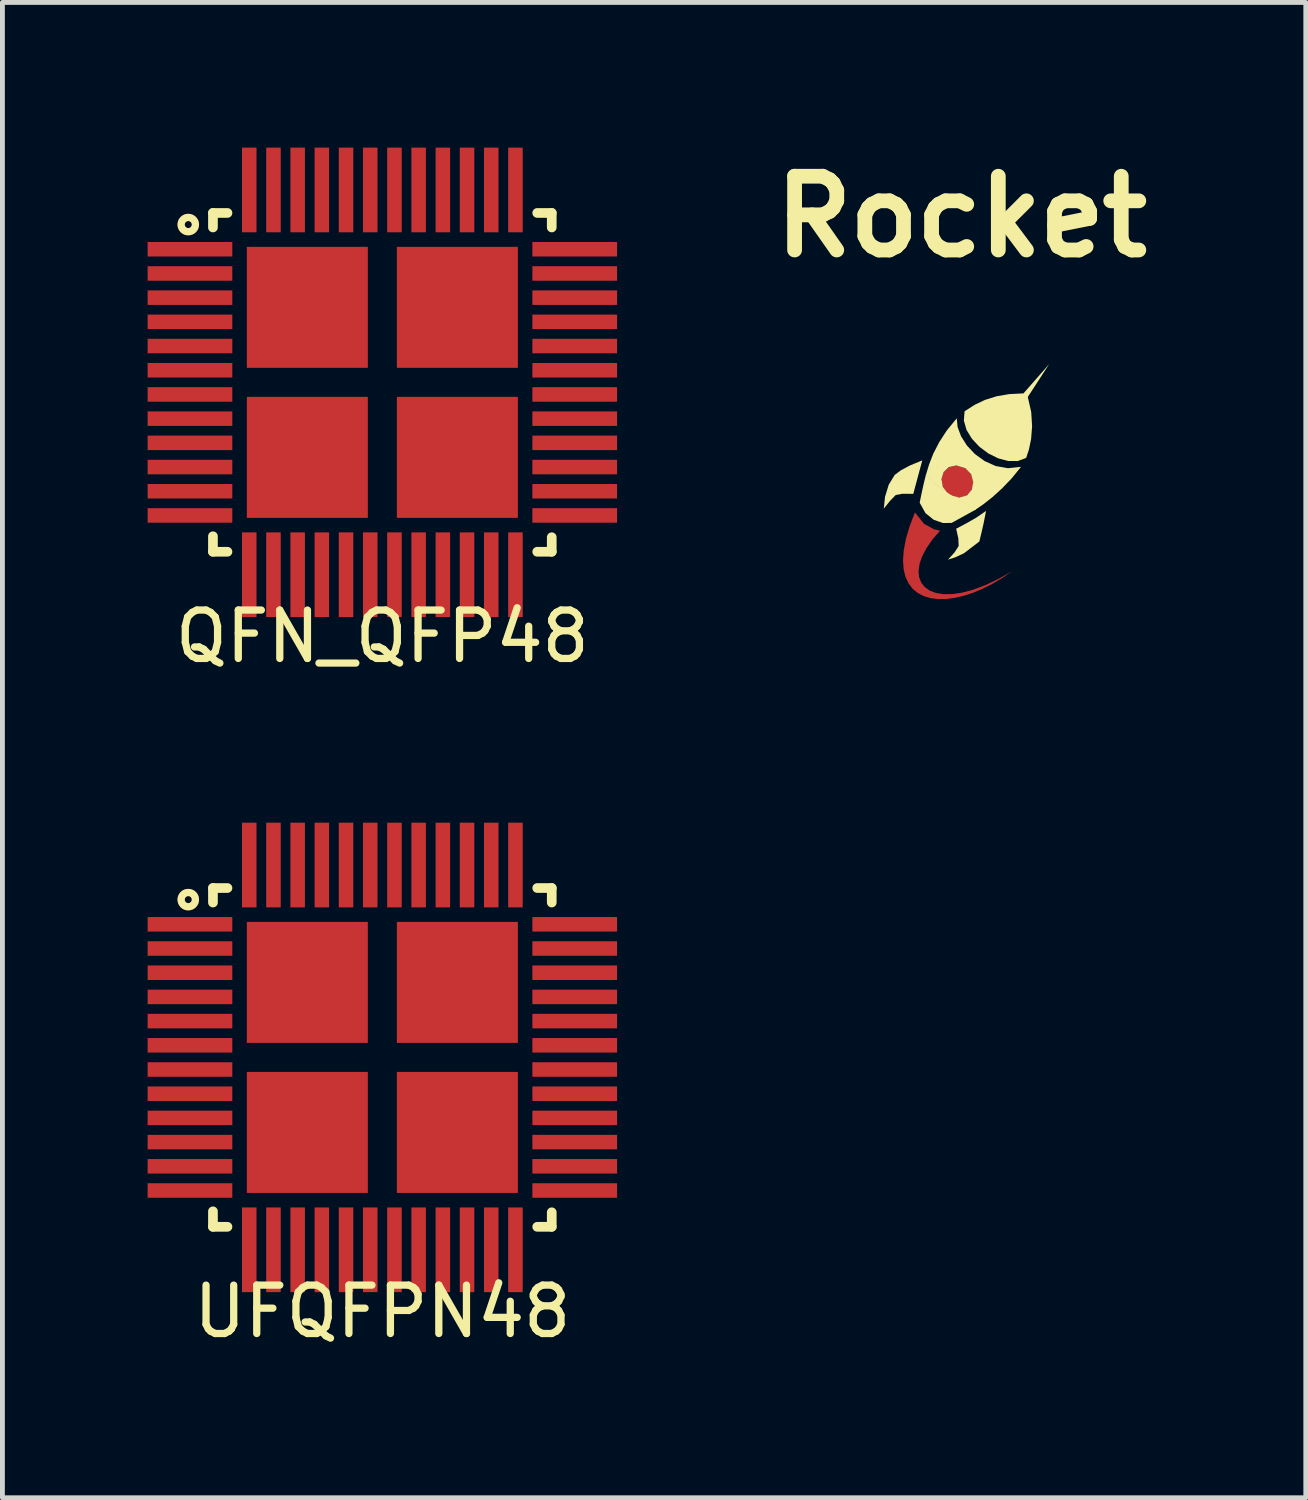
<source format=kicad_pcb>
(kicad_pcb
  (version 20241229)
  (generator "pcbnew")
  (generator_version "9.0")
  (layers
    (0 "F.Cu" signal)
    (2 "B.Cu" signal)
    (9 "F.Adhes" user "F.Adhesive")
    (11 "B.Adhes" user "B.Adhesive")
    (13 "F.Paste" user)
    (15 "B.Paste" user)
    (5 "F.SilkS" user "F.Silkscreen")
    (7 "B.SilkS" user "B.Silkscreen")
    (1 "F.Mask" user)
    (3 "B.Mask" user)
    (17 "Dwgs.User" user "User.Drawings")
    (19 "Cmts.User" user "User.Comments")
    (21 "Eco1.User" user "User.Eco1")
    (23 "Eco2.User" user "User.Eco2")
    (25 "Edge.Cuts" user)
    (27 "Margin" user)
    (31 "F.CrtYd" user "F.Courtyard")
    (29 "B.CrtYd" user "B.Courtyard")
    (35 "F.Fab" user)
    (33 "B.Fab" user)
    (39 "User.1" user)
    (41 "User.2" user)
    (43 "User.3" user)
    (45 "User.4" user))
  (footprint "UFQFPN48"
    (layer "F.Cu")
    (at 4.85 18.798)
    (property "Reference" "UFQFPN48" (at 0 5.25 0) (layer "F.SilkS") (effects (font (size 1 1) (thickness 0.15))))
    (attr through_hole)
    (fp_circle (center -4.01 -3.26) (end -3.94 -3.28) (stroke (width 0.15) (type solid)) (fill no) (layer "F.Cu"))
    (fp_line (start -3.5 -3.5) (end -3.5 -3.2) (stroke (width 0.2) (type solid)) (layer "F.SilkS"))
    (fp_line (start -3.5 -3.5) (end -3.2 -3.5) (stroke (width 0.2) (type solid)) (layer "F.SilkS"))
    (fp_line (start -3.5 3.5) (end -3.5 3.18) (stroke (width 0.2) (type solid)) (layer "F.SilkS"))
    (fp_line (start -3.5 3.5) (end -3.2 3.5) (stroke (width 0.2) (type solid)) (layer "F.SilkS"))
    (fp_line (start 3.5 -3.5) (end 3.2 -3.5) (stroke (width 0.2) (type solid)) (layer "F.SilkS"))
    (fp_line (start 3.5 -3.5) (end 3.5 -3.2) (stroke (width 0.2) (type solid)) (layer "F.SilkS"))
    (fp_line (start 3.5 3.5) (end 3.2 3.5) (stroke (width 0.2) (type solid)) (layer "F.SilkS"))
    (fp_line (start 3.5 3.5) (end 3.5 3.2) (stroke (width 0.2) (type solid)) (layer "F.SilkS"))
    (fp_circle (center -4.01 -3.26) (end -3.94 -3.28) (stroke (width 0.15) (type solid)) (fill no) (layer "F.SilkS"))
    (pad "0" smd rect (at -1.55 -1.55) (size 2.5 2.5) (layers "F.Cu" "F.Mask" "F.Paste"))
    (pad "0" smd rect (at -1.55 1.55) (size 2.5 2.5) (layers "F.Cu" "F.Mask" "F.Paste"))
    (pad "0" smd rect (at 1.55 -1.55) (size 2.5 2.5) (layers "F.Cu" "F.Mask" "F.Paste"))
    (pad "0" smd rect (at 1.55 1.55) (size 2.5 2.5) (layers "F.Cu" "F.Mask" "F.Paste"))
    (pad "1" smd trapezoid (at -3.975 -2.75 90) (size 0.3 1.75) (layers "F.Cu" "F.Mask" "F.Paste"))
    (pad "2" smd trapezoid (at -3.975 -2.25 90) (size 0.3 1.75) (layers "F.Cu" "F.Mask" "F.Paste"))
    (pad "3" smd trapezoid (at -3.975 -1.75 90) (size 0.3 1.75) (layers "F.Cu" "F.Mask" "F.Paste"))
    (pad "4" smd trapezoid (at -3.975 -1.25 90) (size 0.3 1.75) (layers "F.Cu" "F.Mask" "F.Paste"))
    (pad "5" smd trapezoid (at -3.975 -0.75 90) (size 0.3 1.75) (layers "F.Cu" "F.Mask" "F.Paste"))
    (pad "6" smd trapezoid (at -3.975 -0.25 90) (size 0.3 1.75) (layers "F.Cu" "F.Mask" "F.Paste"))
    (pad "7" smd trapezoid (at -3.975 0.25 90) (size 0.3 1.75) (layers "F.Cu" "F.Mask" "F.Paste"))
    (pad "8" smd trapezoid (at -3.975 0.75 90) (size 0.3 1.75) (layers "F.Cu" "F.Mask" "F.Paste"))
    (pad "9" smd trapezoid (at -3.975 1.25 90) (size 0.3 1.75) (layers "F.Cu" "F.Mask" "F.Paste"))
    (pad "10" smd trapezoid (at -3.975 1.75 90) (size 0.3 1.75) (layers "F.Cu" "F.Mask" "F.Paste"))
    (pad "11" smd trapezoid (at -3.975 2.25 90) (size 0.3 1.75) (layers "F.Cu" "F.Mask" "F.Paste"))
    (pad "12" smd trapezoid (at -3.975 2.75 90) (size 0.3 1.75) (layers "F.Cu" "F.Mask" "F.Paste"))
    (pad "13" smd trapezoid (at -2.75 3.975) (size 0.3 1.75) (layers "F.Cu" "F.Mask" "F.Paste"))
    (pad "14" smd trapezoid (at -2.25 3.975) (size 0.3 1.75) (layers "F.Cu" "F.Mask" "F.Paste"))
    (pad "15" smd trapezoid (at -1.75 3.975) (size 0.3 1.75) (layers "F.Cu" "F.Mask" "F.Paste"))
    (pad "16" smd trapezoid (at -1.25 3.975) (size 0.3 1.75) (layers "F.Cu" "F.Mask" "F.Paste"))
    (pad "17" smd trapezoid (at -0.75 3.975) (size 0.3 1.75) (layers "F.Cu" "F.Mask" "F.Paste"))
    (pad "18" smd trapezoid (at -0.25 3.975) (size 0.3 1.75) (layers "F.Cu" "F.Mask" "F.Paste"))
    (pad "19" smd trapezoid (at 0.25 3.975) (size 0.3 1.75) (layers "F.Cu" "F.Mask" "F.Paste"))
    (pad "20" smd trapezoid (at 0.75 3.975) (size 0.3 1.75) (layers "F.Cu" "F.Mask" "F.Paste"))
    (pad "21" smd trapezoid (at 1.25 3.975) (size 0.3 1.75) (layers "F.Cu" "F.Mask" "F.Paste"))
    (pad "22" smd trapezoid (at 1.75 3.975) (size 0.3 1.75) (layers "F.Cu" "F.Mask" "F.Paste"))
    (pad "23" smd trapezoid (at 2.25 3.975) (size 0.3 1.75) (layers "F.Cu" "F.Mask" "F.Paste"))
    (pad "24" smd trapezoid (at 2.75 3.975) (size 0.3 1.75) (layers "F.Cu" "F.Mask" "F.Paste"))
    (pad "25" smd trapezoid (at 3.975 2.75 90) (size 0.3 1.75) (layers "F.Cu" "F.Mask" "F.Paste"))
    (pad "26" smd trapezoid (at 3.975 2.25 90) (size 0.3 1.75) (layers "F.Cu" "F.Mask" "F.Paste"))
    (pad "27" smd trapezoid (at 3.975 1.75 90) (size 0.3 1.75) (layers "F.Cu" "F.Mask" "F.Paste"))
    (pad "28" smd trapezoid (at 3.975 1.25 90) (size 0.3 1.75) (layers "F.Cu" "F.Mask" "F.Paste"))
    (pad "29" smd trapezoid (at 3.975 0.75 90) (size 0.3 1.75) (layers "F.Cu" "F.Mask" "F.Paste"))
    (pad "30" smd trapezoid (at 3.975 0.25 90) (size 0.3 1.75) (layers "F.Cu" "F.Mask" "F.Paste"))
    (pad "31" smd trapezoid (at 3.975 -0.25 90) (size 0.3 1.75) (layers "F.Cu" "F.Mask" "F.Paste"))
    (pad "32" smd trapezoid (at 3.975 -0.75 90) (size 0.3 1.75) (layers "F.Cu" "F.Mask" "F.Paste"))
    (pad "33" smd trapezoid (at 3.975 -1.25 90) (size 0.3 1.75) (layers "F.Cu" "F.Mask" "F.Paste"))
    (pad "34" smd trapezoid (at 3.975 -1.75 90) (size 0.3 1.75) (layers "F.Cu" "F.Mask" "F.Paste"))
    (pad "35" smd trapezoid (at 3.975 -2.25 90) (size 0.3 1.75) (layers "F.Cu" "F.Mask" "F.Paste"))
    (pad "36" smd trapezoid (at 3.975 -2.75 90) (size 0.3 1.75) (layers "F.Cu" "F.Mask" "F.Paste"))
    (pad "37" smd trapezoid (at 2.75 -3.975) (size 0.3 1.75) (layers "F.Cu" "F.Mask" "F.Paste"))
    (pad "38" smd trapezoid (at 2.25 -3.975) (size 0.3 1.75) (layers "F.Cu" "F.Mask" "F.Paste"))
    (pad "39" smd trapezoid (at 1.75 -3.975) (size 0.3 1.75) (layers "F.Cu" "F.Mask" "F.Paste"))
    (pad "40" smd trapezoid (at 1.25 -3.975) (size 0.3 1.75) (layers "F.Cu" "F.Mask" "F.Paste"))
    (pad "41" smd trapezoid (at 0.75 -3.975) (size 0.3 1.75) (layers "F.Cu" "F.Mask" "F.Paste"))
    (pad "42" smd trapezoid (at 0.25 -3.975) (size 0.3 1.75) (layers "F.Cu" "F.Mask" "F.Paste"))
    (pad "43" smd trapezoid (at -0.25 -3.975 180) (size 0.3 1.75) (layers "F.Cu" "F.Mask" "F.Paste"))
    (pad "44" smd trapezoid (at -0.75 -3.975) (size 0.3 1.75) (layers "F.Cu" "F.Mask" "F.Paste"))
    (pad "45" smd trapezoid (at -1.25 -3.975) (size 0.3 1.75) (layers "F.Cu" "F.Mask" "F.Paste"))
    (pad "46" smd trapezoid (at -1.75 -3.975) (size 0.3 1.75) (layers "F.Cu" "F.Mask" "F.Paste"))
    (pad "47" smd trapezoid (at -2.25 -3.975) (size 0.3 1.75) (layers "F.Cu" "F.Mask" "F.Paste"))
    (pad "48" smd trapezoid (at -2.75 -3.975) (size 0.3 1.75) (layers "F.Cu" "F.Mask" "F.Paste")))
  (footprint "Rocket"
    (layer "F.Cu")
    (at 16.815 7.126)
    (property "Reference" "Rocket" (at 0 -5.7 0) (layer "F.SilkS") (effects (font (size 1.524 1.524) (thickness 0.305))))
    (attr smd)
    (fp_poly (pts (xy 0.101 -0.494) (xy -0.091 -0.559) (xy -0.251 -0.529) (xy -0.364 -0.43) (xy -0.414 -0.285) (xy -0.387 -0.119) (xy -0.268 0.044) (xy -0.067 0.109) (xy 0.094 0.074) (xy 0.203 -0.033) (xy 0.249 -0.182) (xy 0.219 -0.345) (xy 0.101 -0.494)) (stroke (width 0) (type solid)) (fill yes) (layer "F.Cu"))
    (fp_poly (pts (xy -0.961 0.411) (xy -0.773 0.647) (xy -0.567 0.76) (xy -0.441 0.789) (xy -0.602 0.975) (xy -0.725 1.153) (xy -0.813 1.321) (xy -0.866 1.478) (xy -0.886 1.622) (xy -0.874 1.751) (xy -0.83 1.863) (xy -0.757 1.955) (xy -0.655 2.027) (xy -0.526 2.076) (xy -0.371 2.101) (xy -0.19 2.099) (xy 0.014 2.069) (xy 0.24 2.009) (xy 0.488 1.917) (xy 0.755 1.791) (xy 1.042 1.629) (xy 0.841 1.767) (xy 0.64 1.887) (xy 0.439 1.988) (xy 0.241 2.071) (xy 0.048 2.134) (xy -0.138 2.177) (xy -0.316 2.2) (xy -0.483 2.202) (xy -0.637 2.183) (xy -0.778 2.141) (xy -0.901 2.077) (xy -1.007 1.991) (xy -1.092 1.88) (xy -1.155 1.746) (xy -1.194 1.588) (xy -1.207 1.404) (xy -1.192 1.195) (xy -1.148 0.961) (xy -1.071 0.699) (xy -0.961 0.411)) (stroke (width 0) (type solid)) (fill yes) (layer "F.Cu"))
    (fp_poly (pts (xy 0.101 -0.494) (xy -0.091 -0.559) (xy -0.251 -0.529) (xy -0.364 -0.43) (xy -0.414 -0.285) (xy -0.387 -0.119) (xy -0.268 0.044) (xy -0.067 0.109) (xy 0.094 0.074) (xy 0.203 -0.033) (xy 0.249 -0.182) (xy 0.219 -0.345) (xy 0.101 -0.494)) (stroke (width 0) (type solid)) (fill yes) (layer "F.Mask"))
    (fp_poly (pts (xy -0.809 -0.664) (xy -0.995 0.028) (xy -1.221 0.026) (xy -1.358 0.052) (xy -1.478 0.176) (xy -1.604 0.333) (xy -1.579 0.089) (xy -1.502 -0.162) (xy -1.378 -0.364) (xy -1.252 -0.458) (xy -1.065 -0.558) (xy -0.809 -0.664) (xy -0.809 -0.664)) (stroke (width 0) (type solid)) (fill yes) (layer "F.SilkS"))
    (fp_poly (pts (xy -0.734 -0.366) (xy -0.773 -0.21) (xy -0.818 -0.009) (xy -0.863 0.21) (xy -0.744 0.425) (xy -0.573 0.564) (xy -0.382 0.63) (xy -0.204 0.629) (xy 0.303 0.349) (xy 0.081 0.227) (xy -0.133 0.105) (xy -0.34 -0.027) (xy -0.54 -0.18) (xy -0.734 -0.366)) (stroke (width 0) (type solid)) (fill yes) (layer "F.SilkS"))
    (fp_poly (pts (xy -0.109 0.748) (xy 0.099 0.638) (xy 0.306 0.52) (xy 0.509 0.38) (xy 0.455 0.652) (xy 0.411 0.843) (xy 0.37 1.012) (xy 0.05 1.257) (xy -0.13 1.34) (xy -0.279 1.387) (xy -0.143 1.239) (xy -0.057 1.105) (xy -0.064 0.949) (xy -0.109 0.748) (xy -0.109 0.748)) (stroke (width 0) (type solid)) (fill yes) (layer "F.SilkS"))
    (fp_poly (pts (xy 0.065 -1.678) (xy 0.272 -1.811) (xy 0.489 -1.914) (xy 0.725 -1.988) (xy 0.987 -2.033) (xy 1.282 -2.048) (xy 1.812 -2.652) (xy 1.371 -1.974) (xy 1.442 -1.662) (xy 1.46 -1.37) (xy 1.44 -1.108) (xy 1.394 -0.886) (xy 1.337 -0.714) (xy 1.162 -0.65) (xy 0.965 -0.651) (xy 0.759 -0.706) (xy 0.556 -0.807) (xy 0.371 -0.945) (xy 0.216 -1.111) (xy 0.105 -1.294) (xy 0.05 -1.486) (xy 0.065 -1.678) (xy 0.065 -1.678)) (stroke (width 0) (type solid)) (fill yes) (layer "F.SilkS"))
    (fp_poly (pts (xy -0.097 -1.533) (xy -0.08 -1.354) (xy -0.008 -1.162) (xy 0.113 -0.971) (xy 0.277 -0.796) (xy 0.478 -0.65) (xy 0.708 -0.547) (xy 0.961 -0.502) (xy 1.231 -0.53) (xy 1.04 -0.294) (xy 0.839 -0.085) (xy 0.64 0.096) (xy 0.452 0.244) (xy 0.288 0.357) (xy 0.187 0.299) (xy -0.037 0.172) (xy -0.268 0.044) (xy -0.047 0.105) (xy 0.115 0.059) (xy 0.214 -0.059) (xy 0.244 -0.215) (xy 0.202 -0.374) (xy 0.083 -0.502) (xy -0.104 -0.559) (xy -0.259 -0.526) (xy -0.366 -0.425) (xy -0.413 -0.281) (xy -0.384 -0.117) (xy -0.266 0.042) (xy -0.378 -0.042) (xy -0.613 -0.231) (xy -0.736 -0.356) (xy -0.67 -0.575) (xy -0.581 -0.803) (xy -0.46 -1.039) (xy -0.302 -1.282) (xy -0.097 -1.533)) (stroke (width 0) (type solid)) (fill yes) (layer "F.SilkS")))
  (footprint "QFN_QFP48"
    (layer "F.Cu")
    (at 4.85 4.85)
    (property "Reference" "QFN_QFP48" (at 0 5.25 0) (layer "F.SilkS") (effects (font (size 1 1) (thickness 0.15))))
    (attr through_hole)
    (fp_circle (center -4.01 -3.26) (end -3.94 -3.28) (stroke (width 0.15) (type solid)) (fill no) (layer "F.Cu"))
    (fp_line (start -3.5 -3.5) (end -3.5 -3.2) (stroke (width 0.2) (type solid)) (layer "F.SilkS"))
    (fp_line (start -3.5 -3.5) (end -3.2 -3.5) (stroke (width 0.2) (type solid)) (layer "F.SilkS"))
    (fp_line (start -3.5 3.5) (end -3.5 3.18) (stroke (width 0.2) (type solid)) (layer "F.SilkS"))
    (fp_line (start -3.5 3.5) (end -3.2 3.5) (stroke (width 0.2) (type solid)) (layer "F.SilkS"))
    (fp_line (start 3.5 -3.5) (end 3.2 -3.5) (stroke (width 0.2) (type solid)) (layer "F.SilkS"))
    (fp_line (start 3.5 -3.5) (end 3.5 -3.2) (stroke (width 0.2) (type solid)) (layer "F.SilkS"))
    (fp_line (start 3.5 3.5) (end 3.2 3.5) (stroke (width 0.2) (type solid)) (layer "F.SilkS"))
    (fp_line (start 3.5 3.5) (end 3.5 3.2) (stroke (width 0.2) (type solid)) (layer "F.SilkS"))
    (fp_circle (center -4.01 -3.26) (end -3.94 -3.28) (stroke (width 0.15) (type solid)) (fill no) (layer "F.SilkS"))
    (pad "0" smd rect (at -1.55 -1.55) (size 2.5 2.5) (layers "F.Cu" "F.Mask" "F.Paste"))
    (pad "0" smd rect (at -1.55 1.55) (size 2.5 2.5) (layers "F.Cu" "F.Mask" "F.Paste"))
    (pad "0" smd rect (at 1.55 -1.55) (size 2.5 2.5) (layers "F.Cu" "F.Mask" "F.Paste"))
    (pad "0" smd rect (at 1.55 1.55) (size 2.5 2.5) (layers "F.Cu" "F.Mask" "F.Paste"))
    (pad "1" smd trapezoid (at -3.975 -2.75 90) (size 0.3 1.75) (layers "F.Cu" "F.Mask" "F.Paste"))
    (pad "2" smd trapezoid (at -3.975 -2.25 90) (size 0.3 1.75) (layers "F.Cu" "F.Mask" "F.Paste"))
    (pad "3" smd trapezoid (at -3.975 -1.75 90) (size 0.3 1.75) (layers "F.Cu" "F.Mask" "F.Paste"))
    (pad "4" smd trapezoid (at -3.975 -1.25 90) (size 0.3 1.75) (layers "F.Cu" "F.Mask" "F.Paste"))
    (pad "5" smd trapezoid (at -3.975 -0.75 90) (size 0.3 1.75) (layers "F.Cu" "F.Mask" "F.Paste"))
    (pad "6" smd trapezoid (at -3.975 -0.25 90) (size 0.3 1.75) (layers "F.Cu" "F.Mask" "F.Paste"))
    (pad "7" smd trapezoid (at -3.975 0.25 90) (size 0.3 1.75) (layers "F.Cu" "F.Mask" "F.Paste"))
    (pad "8" smd trapezoid (at -3.975 0.75 90) (size 0.3 1.75) (layers "F.Cu" "F.Mask" "F.Paste"))
    (pad "9" smd trapezoid (at -3.975 1.25 90) (size 0.3 1.75) (layers "F.Cu" "F.Mask" "F.Paste"))
    (pad "10" smd trapezoid (at -3.975 1.75 90) (size 0.3 1.75) (layers "F.Cu" "F.Mask" "F.Paste"))
    (pad "11" smd trapezoid (at -3.975 2.25 90) (size 0.3 1.75) (layers "F.Cu" "F.Mask" "F.Paste"))
    (pad "12" smd trapezoid (at -3.975 2.75 90) (size 0.3 1.75) (layers "F.Cu" "F.Mask" "F.Paste"))
    (pad "13" smd trapezoid (at -2.75 3.975) (size 0.3 1.75) (layers "F.Cu" "F.Mask" "F.Paste"))
    (pad "14" smd trapezoid (at -2.25 3.975) (size 0.3 1.75) (layers "F.Cu" "F.Mask" "F.Paste"))
    (pad "15" smd trapezoid (at -1.75 3.975) (size 0.3 1.75) (layers "F.Cu" "F.Mask" "F.Paste"))
    (pad "16" smd trapezoid (at -1.25 3.975) (size 0.3 1.75) (layers "F.Cu" "F.Mask" "F.Paste"))
    (pad "17" smd trapezoid (at -0.75 3.975) (size 0.3 1.75) (layers "F.Cu" "F.Mask" "F.Paste"))
    (pad "18" smd trapezoid (at -0.25 3.975) (size 0.3 1.75) (layers "F.Cu" "F.Mask" "F.Paste"))
    (pad "19" smd trapezoid (at 0.25 3.975) (size 0.3 1.75) (layers "F.Cu" "F.Mask" "F.Paste"))
    (pad "20" smd trapezoid (at 0.75 3.975) (size 0.3 1.75) (layers "F.Cu" "F.Mask" "F.Paste"))
    (pad "21" smd trapezoid (at 1.25 3.975) (size 0.3 1.75) (layers "F.Cu" "F.Mask" "F.Paste"))
    (pad "22" smd trapezoid (at 1.75 3.975) (size 0.3 1.75) (layers "F.Cu" "F.Mask" "F.Paste"))
    (pad "23" smd trapezoid (at 2.25 3.975) (size 0.3 1.75) (layers "F.Cu" "F.Mask" "F.Paste"))
    (pad "24" smd trapezoid (at 2.75 3.975) (size 0.3 1.75) (layers "F.Cu" "F.Mask" "F.Paste"))
    (pad "25" smd trapezoid (at 3.975 2.75 90) (size 0.3 1.75) (layers "F.Cu" "F.Mask" "F.Paste"))
    (pad "26" smd trapezoid (at 3.975 2.25 90) (size 0.3 1.75) (layers "F.Cu" "F.Mask" "F.Paste"))
    (pad "27" smd trapezoid (at 3.975 1.75 90) (size 0.3 1.75) (layers "F.Cu" "F.Mask" "F.Paste"))
    (pad "28" smd trapezoid (at 3.975 1.25 90) (size 0.3 1.75) (layers "F.Cu" "F.Mask" "F.Paste"))
    (pad "29" smd trapezoid (at 3.975 0.75 90) (size 0.3 1.75) (layers "F.Cu" "F.Mask" "F.Paste"))
    (pad "30" smd trapezoid (at 3.975 0.25 90) (size 0.3 1.75) (layers "F.Cu" "F.Mask" "F.Paste"))
    (pad "31" smd trapezoid (at 3.975 -0.25 90) (size 0.3 1.75) (layers "F.Cu" "F.Mask" "F.Paste"))
    (pad "32" smd trapezoid (at 3.975 -0.75 90) (size 0.3 1.75) (layers "F.Cu" "F.Mask" "F.Paste"))
    (pad "33" smd trapezoid (at 3.975 -1.25 90) (size 0.3 1.75) (layers "F.Cu" "F.Mask" "F.Paste"))
    (pad "34" smd trapezoid (at 3.975 -1.75 90) (size 0.3 1.75) (layers "F.Cu" "F.Mask" "F.Paste"))
    (pad "35" smd trapezoid (at 3.975 -2.25 90) (size 0.3 1.75) (layers "F.Cu" "F.Mask" "F.Paste"))
    (pad "36" smd trapezoid (at 3.975 -2.75 90) (size 0.3 1.75) (layers "F.Cu" "F.Mask" "F.Paste"))
    (pad "37" smd trapezoid (at 2.75 -3.975) (size 0.3 1.75) (layers "F.Cu" "F.Mask" "F.Paste"))
    (pad "38" smd trapezoid (at 2.25 -3.975) (size 0.3 1.75) (layers "F.Cu" "F.Mask" "F.Paste"))
    (pad "39" smd trapezoid (at 1.75 -3.975) (size 0.3 1.75) (layers "F.Cu" "F.Mask" "F.Paste"))
    (pad "40" smd trapezoid (at 1.25 -3.975) (size 0.3 1.75) (layers "F.Cu" "F.Mask" "F.Paste"))
    (pad "41" smd trapezoid (at 0.75 -3.975) (size 0.3 1.75) (layers "F.Cu" "F.Mask" "F.Paste"))
    (pad "42" smd trapezoid (at 0.25 -3.975) (size 0.3 1.75) (layers "F.Cu" "F.Mask" "F.Paste"))
    (pad "43" smd trapezoid (at -0.25 -3.975 180) (size 0.3 1.75) (layers "F.Cu" "F.Mask" "F.Paste"))
    (pad "44" smd trapezoid (at -0.75 -3.975) (size 0.3 1.75) (layers "F.Cu" "F.Mask" "F.Paste"))
    (pad "45" smd trapezoid (at -1.25 -3.975) (size 0.3 1.75) (layers "F.Cu" "F.Mask" "F.Paste"))
    (pad "46" smd trapezoid (at -1.75 -3.975) (size 0.3 1.75) (layers "F.Cu" "F.Mask" "F.Paste"))
    (pad "47" smd trapezoid (at -2.25 -3.975) (size 0.3 1.75) (layers "F.Cu" "F.Mask" "F.Paste"))
    (pad "48" smd trapezoid (at -2.75 -3.975) (size 0.3 1.75) (layers "F.Cu" "F.Mask" "F.Paste")))
  (gr_rect
    (start -3 -3)
    (end 23.93 27.896)
    (stroke (width 0.1) (type default))
    (fill no)
    (layer "Edge.Cuts")))
</source>
